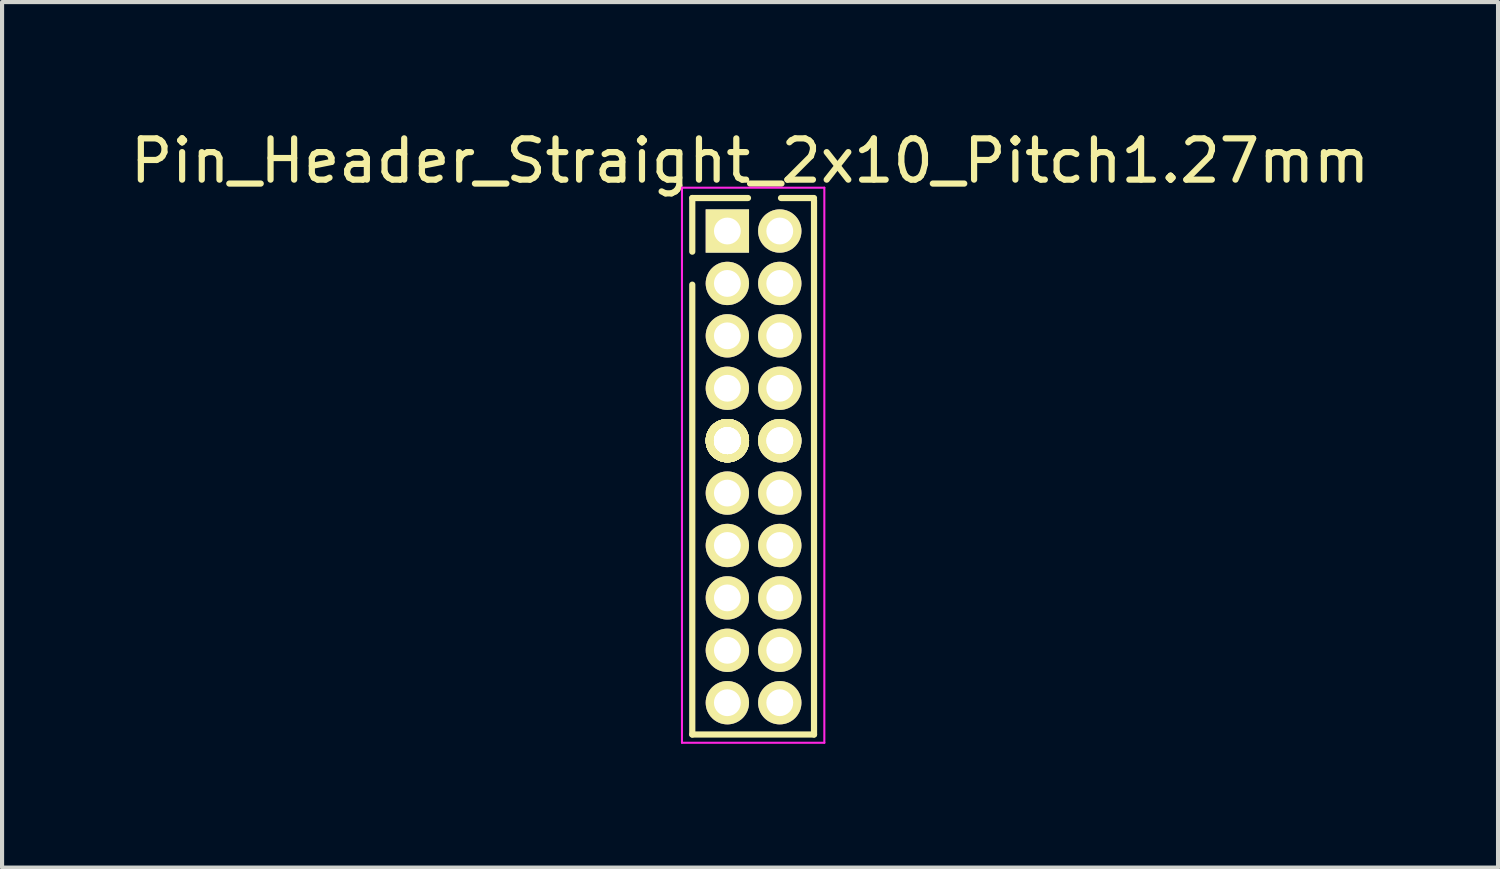
<source format=kicad_pcb>
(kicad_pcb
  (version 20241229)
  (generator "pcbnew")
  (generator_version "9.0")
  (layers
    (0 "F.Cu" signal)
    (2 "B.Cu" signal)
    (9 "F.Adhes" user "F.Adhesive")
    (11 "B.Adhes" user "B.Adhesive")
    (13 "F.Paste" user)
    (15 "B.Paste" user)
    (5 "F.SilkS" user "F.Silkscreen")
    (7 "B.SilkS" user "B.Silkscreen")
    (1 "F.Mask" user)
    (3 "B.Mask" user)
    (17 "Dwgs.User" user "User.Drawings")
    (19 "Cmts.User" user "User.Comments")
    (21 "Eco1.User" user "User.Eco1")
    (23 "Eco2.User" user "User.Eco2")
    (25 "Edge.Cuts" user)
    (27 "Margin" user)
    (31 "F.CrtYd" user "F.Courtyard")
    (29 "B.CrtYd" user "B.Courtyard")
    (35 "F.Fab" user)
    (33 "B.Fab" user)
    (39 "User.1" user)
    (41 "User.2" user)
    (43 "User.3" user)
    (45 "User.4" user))
  (footprint "Pin_Header_Straight_2x10_Pitch1.27mm"
    (layer "F.Cu")
    (at 14.575 2.548)
    (property "Reference" "Pin_Header_Straight_2x10_Pitch1.27mm" (at 0.55 -1.7 0) (layer "F.SilkS") (effects (font (size 1 1) (thickness 0.15))))
    (attr through_hole)
    (fp_line (start -0.85 -0.8) (end -0.85 0.5) (stroke (width 0.15) (type solid)) (layer "F.SilkS"))
    (fp_line (start -0.85 12.2) (end -0.85 1.3) (stroke (width 0.15) (type solid)) (layer "F.SilkS"))
    (fp_line (start 0.5 -0.8) (end -0.85 -0.8) (stroke (width 0.15) (type solid)) (layer "F.SilkS"))
    (fp_line (start 2.1 -0.8) (end 1.3 -0.8) (stroke (width 0.15) (type solid)) (layer "F.SilkS"))
    (fp_line (start 2.1 12.2) (end -0.85 12.2) (stroke (width 0.15) (type solid)) (layer "F.SilkS"))
    (fp_line (start 2.1 12.2) (end 2.1 -0.75) (stroke (width 0.15) (type solid)) (layer "F.SilkS"))
    (fp_line (start -1.1 -1.05) (end -1.1 12.4) (stroke (width 0.05) (type solid)) (layer "F.CrtYd"))
    (fp_line (start -1.1 -1.05) (end 2.35 -1.05) (stroke (width 0.05) (type solid)) (layer "F.CrtYd"))
    (fp_line (start -1.1 12.4) (end 2.35 12.4) (stroke (width 0.05) (type solid)) (layer "F.CrtYd"))
    (fp_line (start 2.35 -1.05) (end 2.35 12.4) (stroke (width 0.05) (type solid)) (layer "F.CrtYd"))
    (pad "1" thru_hole rect (at 0 0) (size 1.05 1.05) (drill 0.65) (layers "*.Cu" "*.Mask" "F.SilkS"))
    (pad "2" thru_hole circle (at 1.27 0) (size 1.05 1.05) (drill 0.65) (layers "*.Cu" "*.Mask" "F.SilkS"))
    (pad "3" thru_hole circle (at 0 1.27) (size 1.05 1.05) (drill 0.65) (layers "*.Cu" "*.Mask" "F.SilkS"))
    (pad "4" thru_hole circle (at 1.27 1.27) (size 1.05 1.05) (drill 0.65) (layers "*.Cu" "*.Mask" "F.SilkS"))
    (pad "5" thru_hole circle (at 0 2.54) (size 1.05 1.05) (drill 0.65) (layers "*.Cu" "*.Mask" "F.SilkS"))
    (pad "6" thru_hole circle (at 1.27 2.54) (size 1.05 1.05) (drill 0.65) (layers "*.Cu" "*.Mask" "F.SilkS"))
    (pad "7" thru_hole circle (at 0 3.81) (size 1.05 1.05) (drill 0.65) (layers "*.Cu" "*.Mask" "F.SilkS"))
    (pad "8" thru_hole circle (at 1.27 3.81) (size 1.05 1.05) (drill 0.65) (layers "*.Cu" "*.Mask" "F.SilkS"))
    (pad "9" thru_hole circle (at 0 5.08) (size 1.05 1.05) (drill 0.65) (layers "*.Cu" "*.Mask" "F.SilkS"))
    (pad "9" thru_hole circle (at 0 5.08) (size 1.05 1.05) (drill 0.65) (layers "*.Cu" "*.Mask" "F.SilkS"))
    (pad "9" thru_hole circle (at 0 5.08) (size 1.05 1.05) (drill 0.65) (layers "*.Cu" "*.Mask" "F.SilkS"))
    (pad "9" thru_hole circle (at 0 5.08) (size 1.05 1.05) (drill 0.65) (layers "*.Cu" "*.Mask" "F.SilkS"))
    (pad "9" thru_hole circle (at 0 5.08) (size 1.05 1.05) (drill 0.65) (layers "*.Cu" "*.Mask" "F.SilkS"))
    (pad "9" thru_hole circle (at 0 5.08) (size 1.05 1.05) (drill 0.65) (layers "*.Cu" "*.Mask" "F.SilkS"))
    (pad "9" thru_hole circle (at 0 5.08) (size 1.05 1.05) (drill 0.65) (layers "*.Cu" "*.Mask" "F.SilkS"))
    (pad "9" thru_hole circle (at 0 5.08) (size 1.05 1.05) (drill 0.65) (layers "*.Cu" "*.Mask" "F.SilkS"))
    (pad "10" thru_hole circle (at 1.27 5.08) (size 1.05 1.05) (drill 0.65) (layers "*.Cu" "*.Mask" "F.SilkS"))
    (pad "10" thru_hole circle (at 1.27 5.08) (size 1.05 1.05) (drill 0.65) (layers "*.Cu" "*.Mask" "F.SilkS"))
    (pad "11" thru_hole circle (at 0 6.35) (size 1.05 1.05) (drill 0.65) (layers "*.Cu" "*.Mask" "F.SilkS"))
    (pad "12" thru_hole circle (at 1.27 6.35) (size 1.05 1.05) (drill 0.65) (layers "*.Cu" "*.Mask" "F.SilkS"))
    (pad "13" thru_hole circle (at 0 7.62) (size 1.05 1.05) (drill 0.65) (layers "*.Cu" "*.Mask" "F.SilkS"))
    (pad "14" thru_hole circle (at 1.27 7.62) (size 1.05 1.05) (drill 0.65) (layers "*.Cu" "*.Mask" "F.SilkS"))
    (pad "15" thru_hole circle (at 0 8.89) (size 1.05 1.05) (drill 0.65) (layers "*.Cu" "*.Mask" "F.SilkS"))
    (pad "16" thru_hole circle (at 1.27 8.89) (size 1.05 1.05) (drill 0.65) (layers "*.Cu" "*.Mask" "F.SilkS"))
    (pad "17" thru_hole circle (at 0 10.16) (size 1.05 1.05) (drill 0.65) (layers "*.Cu" "*.Mask" "F.SilkS"))
    (pad "18" thru_hole circle (at 1.27 10.16) (size 1.05 1.05) (drill 0.65) (layers "*.Cu" "*.Mask" "F.SilkS"))
    (pad "19" thru_hole circle (at 0 11.43) (size 1.05 1.05) (drill 0.65) (layers "*.Cu" "*.Mask" "F.SilkS"))
    (pad "20" thru_hole circle (at 1.27 11.43) (size 1.05 1.05) (drill 0.65) (layers "*.Cu" "*.Mask" "F.SilkS")))
  (gr_rect
    (start -3 -3)
    (end 33.25 17.973)
    (stroke (width 0.1) (type default))
    (fill no)
    (layer "Edge.Cuts")))
</source>
